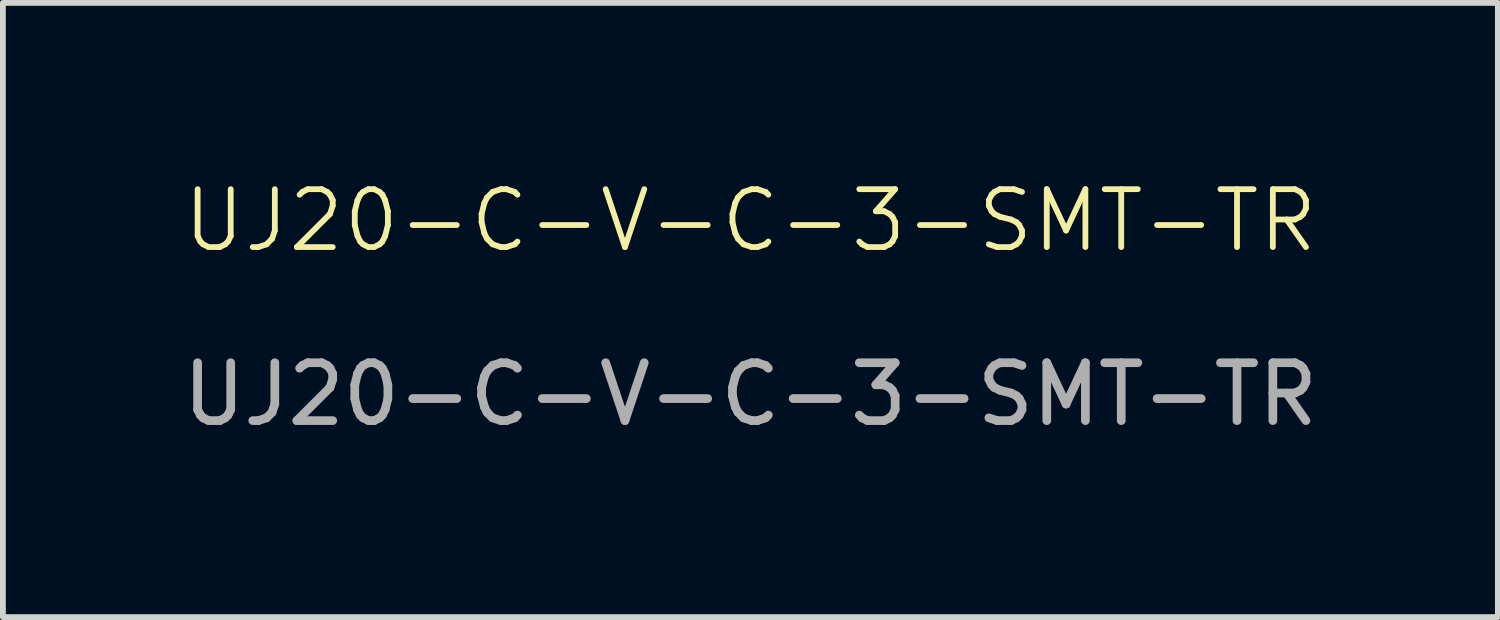
<source format=kicad_pcb>
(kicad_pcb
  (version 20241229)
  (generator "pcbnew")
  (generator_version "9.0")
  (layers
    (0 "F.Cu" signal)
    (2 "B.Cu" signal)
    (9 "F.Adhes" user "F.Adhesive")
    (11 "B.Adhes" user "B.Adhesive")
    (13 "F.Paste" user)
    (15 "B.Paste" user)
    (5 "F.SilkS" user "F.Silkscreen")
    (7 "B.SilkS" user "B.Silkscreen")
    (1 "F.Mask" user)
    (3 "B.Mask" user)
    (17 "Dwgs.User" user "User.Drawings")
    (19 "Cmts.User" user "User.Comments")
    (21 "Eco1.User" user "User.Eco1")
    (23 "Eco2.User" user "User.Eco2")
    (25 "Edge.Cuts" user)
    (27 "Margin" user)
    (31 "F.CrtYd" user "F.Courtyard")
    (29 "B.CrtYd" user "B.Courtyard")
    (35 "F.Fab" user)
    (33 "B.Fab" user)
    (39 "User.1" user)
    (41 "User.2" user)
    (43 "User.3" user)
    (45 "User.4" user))
  (footprint "UJ20-C-V-C-3-SMT-TR"
    (layer "F.Cu")
    (at 9.911 1.26)
    (property "Reference" "UJ20-C-V-C-3-SMT-TR" (at 0 -0.5 0) (unlocked yes) (layer "F.SilkS") (effects (font (size 1 1) (thickness 0.1))))
    (attr smd)
    (fp_text user "${REFERENCE}" (at 0 2.5 0) (unlocked yes) (layer "F.Fab") (effects (font (size 1 1) (thickness 0.15)))))
  (gr_rect
    (start -3 -3)
    (end 22.821 7.609)
    (stroke (width 0.1) (type default))
    (fill no)
    (layer "Edge.Cuts")))
</source>
